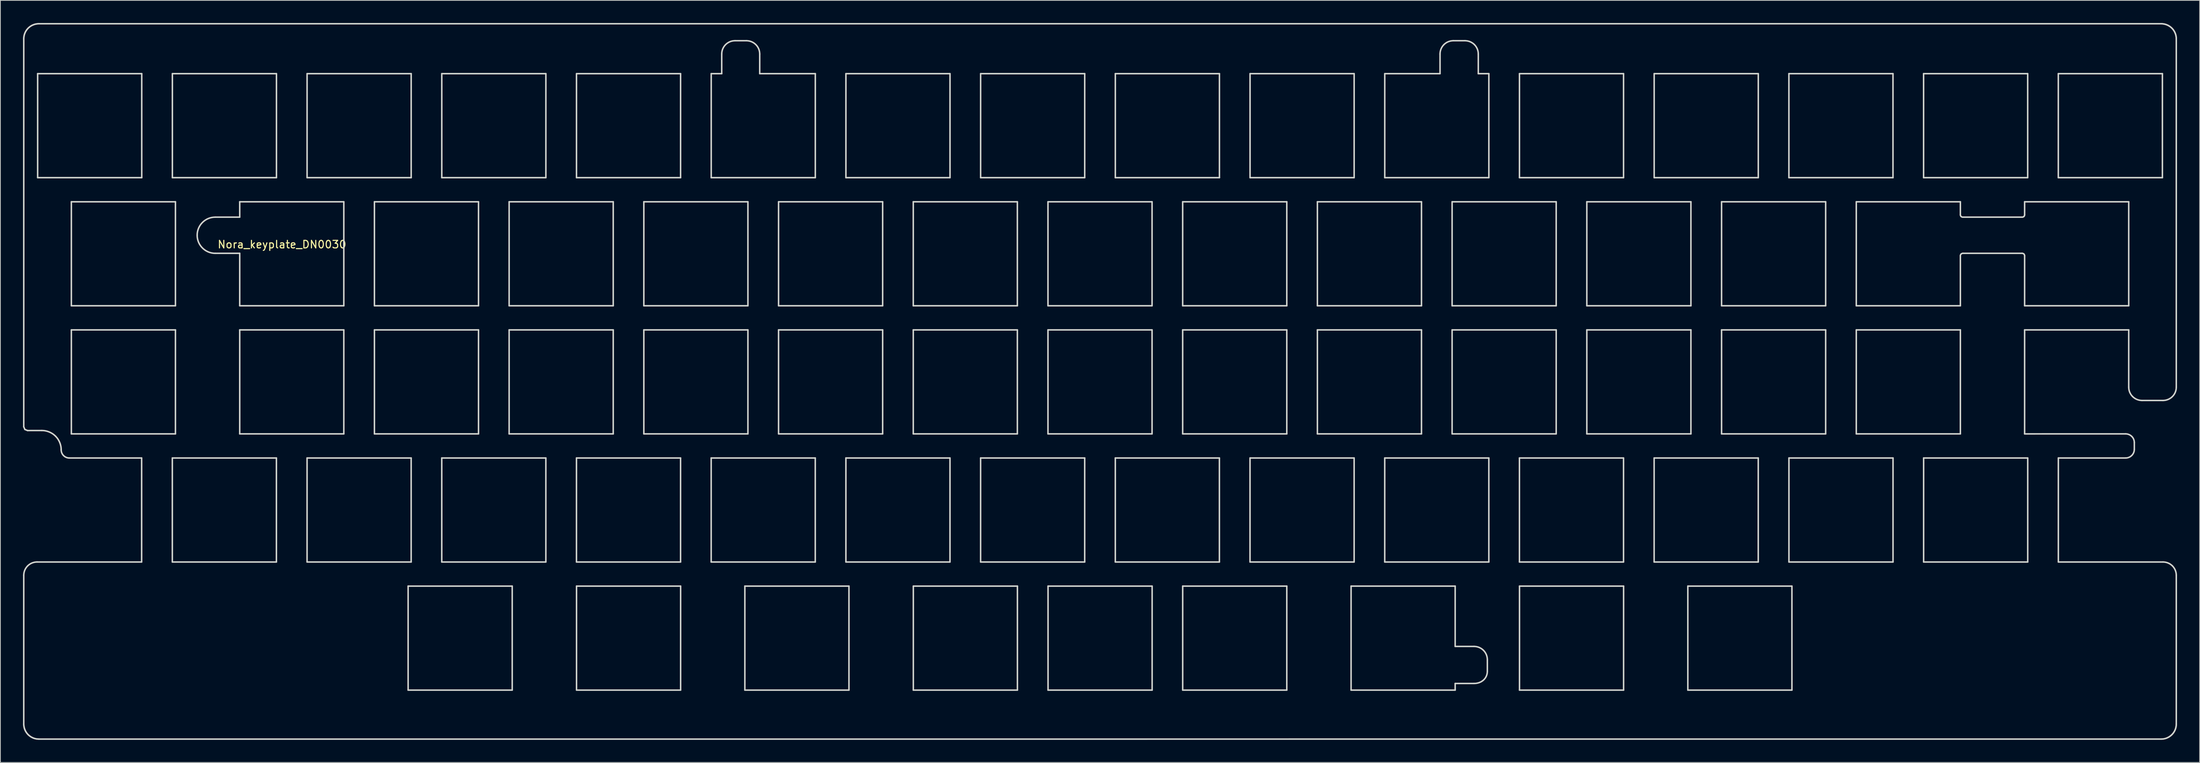
<source format=kicad_pcb>
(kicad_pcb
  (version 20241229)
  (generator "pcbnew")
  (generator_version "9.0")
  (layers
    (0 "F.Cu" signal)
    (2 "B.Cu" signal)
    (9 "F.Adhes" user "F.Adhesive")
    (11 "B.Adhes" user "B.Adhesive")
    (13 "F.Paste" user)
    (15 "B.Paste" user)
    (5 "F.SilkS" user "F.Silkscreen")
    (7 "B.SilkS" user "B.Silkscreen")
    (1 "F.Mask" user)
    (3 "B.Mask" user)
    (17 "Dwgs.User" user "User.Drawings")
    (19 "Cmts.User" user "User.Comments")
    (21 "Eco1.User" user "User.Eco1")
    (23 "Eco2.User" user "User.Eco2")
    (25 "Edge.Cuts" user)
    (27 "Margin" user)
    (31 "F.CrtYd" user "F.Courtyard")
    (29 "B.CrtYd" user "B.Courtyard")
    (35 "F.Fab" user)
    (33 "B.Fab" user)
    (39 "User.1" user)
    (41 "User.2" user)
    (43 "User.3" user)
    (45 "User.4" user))
  (footprint "Nora_keyplate_DN0030"
    (layer "F.Cu")
    (at 34.336 28.891)
    (property "Reference" "Nora_keyplate_DN0030" (at 0 0.5 0) (layer "F.SilkS") (effects (font (size 1 1) (thickness 0.15))))
    (attr through_hole)
    (fp_circle (center 49.77 61.25) (end 52.42 61.25) (stroke (width 0.12) (type solid)) (fill no) (layer "Eco1.User"))
    (fp_line (start -34.236 24.692) (end -34.235 -26.789) (stroke (width 0.2) (type solid)) (layer "Edge.Cuts"))
    (fp_line (start -34.236 64.137) (end -34.236 44.4) (stroke (width 0.2) (type solid)) (layer "Edge.Cuts"))
    (fp_line (start -34.235 -26.789) (end -34.229 -26.946) (stroke (width 0.2) (type solid)) (layer "Edge.Cuts"))
    (fp_line (start -34.229 -26.946) (end -34.211 -27.103) (stroke (width 0.2) (type solid)) (layer "Edge.Cuts"))
    (fp_line (start -34.229 64.292) (end -34.236 64.137) (stroke (width 0.2) (type solid)) (layer "Edge.Cuts"))
    (fp_line (start -34.211 -27.103) (end -34.18 -27.256) (stroke (width 0.2) (type solid)) (layer "Edge.Cuts"))
    (fp_line (start -34.211 64.448) (end -34.229 64.292) (stroke (width 0.2) (type solid)) (layer "Edge.Cuts"))
    (fp_line (start -34.18 -27.256) (end -34.138 -27.408) (stroke (width 0.2) (type solid)) (layer "Edge.Cuts"))
    (fp_line (start -34.18 64.602) (end -34.211 64.448) (stroke (width 0.2) (type solid)) (layer "Edge.Cuts"))
    (fp_line (start -34.138 -27.408) (end -34.083 -27.556) (stroke (width 0.2) (type solid)) (layer "Edge.Cuts"))
    (fp_line (start -34.138 64.754) (end -34.18 64.602) (stroke (width 0.2) (type solid)) (layer "Edge.Cuts"))
    (fp_line (start -34.09 25.046) (end -34.236 24.692) (stroke (width 0.2) (type solid)) (layer "Edge.Cuts"))
    (fp_line (start -34.083 -27.556) (end -34.018 -27.697) (stroke (width 0.2) (type solid)) (layer "Edge.Cuts"))
    (fp_line (start -34.083 64.902) (end -34.138 64.754) (stroke (width 0.2) (type solid)) (layer "Edge.Cuts"))
    (fp_line (start -34.018 -27.697) (end -33.941 -27.835) (stroke (width 0.2) (type solid)) (layer "Edge.Cuts"))
    (fp_line (start -34.018 65.043) (end -34.083 64.902) (stroke (width 0.2) (type solid)) (layer "Edge.Cuts"))
    (fp_line (start -33.941 -27.835) (end -33.854 -27.965) (stroke (width 0.2) (type solid)) (layer "Edge.Cuts"))
    (fp_line (start -33.941 65.18) (end -34.018 65.043) (stroke (width 0.2) (type solid)) (layer "Edge.Cuts"))
    (fp_line (start -33.854 -27.965) (end -33.756 -28.089) (stroke (width 0.2) (type solid)) (layer "Edge.Cuts"))
    (fp_line (start -33.854 65.311) (end -33.941 65.18) (stroke (width 0.2) (type solid)) (layer "Edge.Cuts"))
    (fp_line (start -33.756 -28.089) (end -33.65 -28.204) (stroke (width 0.2) (type solid)) (layer "Edge.Cuts"))
    (fp_line (start -33.756 65.435) (end -33.854 65.311) (stroke (width 0.2) (type solid)) (layer "Edge.Cuts"))
    (fp_line (start -33.736 25.192) (end -34.09 25.046) (stroke (width 0.2) (type solid)) (layer "Edge.Cuts"))
    (fp_line (start -33.736 25.192) (end -31.842 25.188) (stroke (width 0.2) (type solid)) (layer "Edge.Cuts"))
    (fp_line (start -33.65 -28.204) (end -33.534 -28.31) (stroke (width 0.2) (type solid)) (layer "Edge.Cuts"))
    (fp_line (start -33.65 65.551) (end -33.756 65.435) (stroke (width 0.2) (type solid)) (layer "Edge.Cuts"))
    (fp_line (start -33.534 -28.31) (end -33.411 -28.409) (stroke (width 0.2) (type solid)) (layer "Edge.Cuts"))
    (fp_line (start -33.534 65.656) (end -33.65 65.551) (stroke (width 0.2) (type solid)) (layer "Edge.Cuts"))
    (fp_line (start -33.411 -28.409) (end -33.28 -28.495) (stroke (width 0.2) (type solid)) (layer "Edge.Cuts"))
    (fp_line (start -33.411 65.754) (end -33.534 65.656) (stroke (width 0.2) (type solid)) (layer "Edge.Cuts"))
    (fp_line (start -33.28 -28.495) (end -33.143 -28.573) (stroke (width 0.2) (type solid)) (layer "Edge.Cuts"))
    (fp_line (start -33.28 65.841) (end -33.411 65.754) (stroke (width 0.2) (type solid)) (layer "Edge.Cuts"))
    (fp_line (start -33.143 -28.573) (end -33.001 -28.638) (stroke (width 0.2) (type solid)) (layer "Edge.Cuts"))
    (fp_line (start -33.143 65.918) (end -33.28 65.841) (stroke (width 0.2) (type solid)) (layer "Edge.Cuts"))
    (fp_line (start -33.001 -28.638) (end -32.854 -28.693) (stroke (width 0.2) (type solid)) (layer "Edge.Cuts"))
    (fp_line (start -33.001 65.983) (end -33.143 65.918) (stroke (width 0.2) (type solid)) (layer "Edge.Cuts"))
    (fp_line (start -32.854 -28.693) (end -32.702 -28.735) (stroke (width 0.2) (type solid)) (layer "Edge.Cuts"))
    (fp_line (start -32.854 66.039) (end -33.001 65.983) (stroke (width 0.2) (type solid)) (layer "Edge.Cuts"))
    (fp_line (start -32.702 -28.735) (end -32.548 -28.766) (stroke (width 0.2) (type solid)) (layer "Edge.Cuts"))
    (fp_line (start -32.702 66.081) (end -32.854 66.039) (stroke (width 0.2) (type solid)) (layer "Edge.Cuts"))
    (fp_line (start -32.548 -28.766) (end -32.392 -28.784) (stroke (width 0.2) (type solid)) (layer "Edge.Cuts"))
    (fp_line (start -32.548 66.111) (end -32.702 66.081) (stroke (width 0.2) (type solid)) (layer "Edge.Cuts"))
    (fp_line (start -32.472 42.636) (end -18.607 42.636) (stroke (width 0.2) (type solid)) (layer "Edge.Cuts"))
    (fp_line (start -32.394 -22.165) (end -32.394 -8.365) (stroke (width 0.2) (type solid)) (layer "Edge.Cuts"))
    (fp_line (start -32.394 -8.365) (end -18.594 -8.365) (stroke (width 0.2) (type solid)) (layer "Edge.Cuts"))
    (fp_line (start -32.392 -28.784) (end -32.235 -28.791) (stroke (width 0.2) (type solid)) (layer "Edge.Cuts"))
    (fp_line (start -32.392 66.129) (end -32.548 66.111) (stroke (width 0.2) (type solid)) (layer "Edge.Cuts"))
    (fp_line (start -32.235 -28.791) (end 249.139 -28.79) (stroke (width 0.2) (type solid)) (layer "Edge.Cuts"))
    (fp_line (start -32.235 66.137) (end -32.392 66.129) (stroke (width 0.2) (type solid)) (layer "Edge.Cuts"))
    (fp_line (start -27.926 -5.164) (end -27.926 8.635) (stroke (width 0.2) (type solid)) (layer "Edge.Cuts"))
    (fp_line (start -27.926 8.635) (end -14.126 8.635) (stroke (width 0.2) (type solid)) (layer "Edge.Cuts"))
    (fp_line (start -27.926 11.836) (end -27.926 25.635) (stroke (width 0.2) (type solid)) (layer "Edge.Cuts"))
    (fp_line (start -27.926 25.635) (end -14.126 25.635) (stroke (width 0.2) (type solid)) (layer "Edge.Cuts"))
    (fp_line (start -18.607 28.836) (end -28.19 28.836) (stroke (width 0.2) (type solid)) (layer "Edge.Cuts"))
    (fp_line (start -18.607 42.636) (end -18.607 28.836) (stroke (width 0.2) (type solid)) (layer "Edge.Cuts"))
    (fp_line (start -18.594 -22.165) (end -32.394 -22.165) (stroke (width 0.2) (type solid)) (layer "Edge.Cuts"))
    (fp_line (start -18.594 -8.365) (end -18.594 -22.165) (stroke (width 0.2) (type solid)) (layer "Edge.Cuts"))
    (fp_line (start -14.54 28.836) (end -14.54 42.636) (stroke (width 0.2) (type solid)) (layer "Edge.Cuts"))
    (fp_line (start -14.54 42.636) (end -0.74 42.636) (stroke (width 0.2) (type solid)) (layer "Edge.Cuts"))
    (fp_line (start -14.532 -22.165) (end -14.532 -8.365) (stroke (width 0.2) (type solid)) (layer "Edge.Cuts"))
    (fp_line (start -14.532 -8.365) (end -0.733 -8.365) (stroke (width 0.2) (type solid)) (layer "Edge.Cuts"))
    (fp_line (start -14.126 -5.164) (end -27.926 -5.164) (stroke (width 0.2) (type solid)) (layer "Edge.Cuts"))
    (fp_line (start -14.126 8.635) (end -14.126 -5.164) (stroke (width 0.2) (type solid)) (layer "Edge.Cuts"))
    (fp_line (start -14.126 11.836) (end -27.926 11.836) (stroke (width 0.2) (type solid)) (layer "Edge.Cuts"))
    (fp_line (start -14.126 25.635) (end -14.126 11.836) (stroke (width 0.2) (type solid)) (layer "Edge.Cuts"))
    (fp_line (start -8.847 -3.126) (end -5.604 -3.126) (stroke (width 0.2) (type solid)) (layer "Edge.Cuts"))
    (fp_line (start -5.604 -5.164) (end 8.196 -5.164) (stroke (width 0.2) (type solid)) (layer "Edge.Cuts"))
    (fp_line (start -5.604 -3.126) (end -5.604 -5.164) (stroke (width 0.2) (type solid)) (layer "Edge.Cuts"))
    (fp_line (start -5.604 1.674) (end -8.847 1.674) (stroke (width 0.2) (type solid)) (layer "Edge.Cuts"))
    (fp_line (start -5.604 8.635) (end -5.604 1.674) (stroke (width 0.2) (type solid)) (layer "Edge.Cuts"))
    (fp_line (start -5.604 11.836) (end -5.604 25.635) (stroke (width 0.2) (type solid)) (layer "Edge.Cuts"))
    (fp_line (start -5.604 25.635) (end 8.196 25.635) (stroke (width 0.2) (type solid)) (layer "Edge.Cuts"))
    (fp_line (start -0.74 28.836) (end -14.54 28.836) (stroke (width 0.2) (type solid)) (layer "Edge.Cuts"))
    (fp_line (start -0.74 42.636) (end -0.74 28.836) (stroke (width 0.2) (type solid)) (layer "Edge.Cuts"))
    (fp_line (start -0.733 -22.165) (end -14.532 -22.165) (stroke (width 0.2) (type solid)) (layer "Edge.Cuts"))
    (fp_line (start -0.733 -8.365) (end -0.733 -22.165) (stroke (width 0.2) (type solid)) (layer "Edge.Cuts"))
    (fp_line (start 3.324 28.836) (end 3.324 42.636) (stroke (width 0.2) (type solid)) (layer "Edge.Cuts"))
    (fp_line (start 3.324 42.636) (end 17.124 42.636) (stroke (width 0.2) (type solid)) (layer "Edge.Cuts"))
    (fp_line (start 3.326 -22.165) (end 3.326 -8.365) (stroke (width 0.2) (type solid)) (layer "Edge.Cuts"))
    (fp_line (start 3.326 -8.365) (end 17.126 -8.365) (stroke (width 0.2) (type solid)) (layer "Edge.Cuts"))
    (fp_line (start 8.196 -5.164) (end 8.196 8.635) (stroke (width 0.2) (type solid)) (layer "Edge.Cuts"))
    (fp_line (start 8.196 8.635) (end -5.604 8.635) (stroke (width 0.2) (type solid)) (layer "Edge.Cuts"))
    (fp_line (start 8.196 11.836) (end -5.604 11.836) (stroke (width 0.2) (type solid)) (layer "Edge.Cuts"))
    (fp_line (start 8.196 25.635) (end 8.196 11.836) (stroke (width 0.2) (type solid)) (layer "Edge.Cuts"))
    (fp_line (start 12.254 -5.164) (end 12.254 8.635) (stroke (width 0.2) (type solid)) (layer "Edge.Cuts"))
    (fp_line (start 12.254 8.635) (end 26.054 8.635) (stroke (width 0.2) (type solid)) (layer "Edge.Cuts"))
    (fp_line (start 12.254 11.836) (end 12.254 25.635) (stroke (width 0.2) (type solid)) (layer "Edge.Cuts"))
    (fp_line (start 12.254 25.635) (end 26.054 25.635) (stroke (width 0.2) (type solid)) (layer "Edge.Cuts"))
    (fp_line (start 16.722 45.836) (end 16.722 59.636) (stroke (width 0.2) (type solid)) (layer "Edge.Cuts"))
    (fp_line (start 16.722 59.636) (end 30.522 59.636) (stroke (width 0.2) (type solid)) (layer "Edge.Cuts"))
    (fp_line (start 17.124 28.836) (end 3.324 28.836) (stroke (width 0.2) (type solid)) (layer "Edge.Cuts"))
    (fp_line (start 17.124 42.636) (end 17.124 28.836) (stroke (width 0.2) (type solid)) (layer "Edge.Cuts"))
    (fp_line (start 17.126 -22.165) (end 3.326 -22.165) (stroke (width 0.2) (type solid)) (layer "Edge.Cuts"))
    (fp_line (start 17.126 -8.365) (end 17.126 -22.165) (stroke (width 0.2) (type solid)) (layer "Edge.Cuts"))
    (fp_line (start 21.182 28.836) (end 21.182 42.636) (stroke (width 0.2) (type solid)) (layer "Edge.Cuts"))
    (fp_line (start 21.182 42.636) (end 34.982 42.636) (stroke (width 0.2) (type solid)) (layer "Edge.Cuts"))
    (fp_line (start 21.185 -22.165) (end 21.185 -8.365) (stroke (width 0.2) (type solid)) (layer "Edge.Cuts"))
    (fp_line (start 21.185 -8.365) (end 34.985 -8.365) (stroke (width 0.2) (type solid)) (layer "Edge.Cuts"))
    (fp_line (start 26.054 -5.164) (end 12.254 -5.164) (stroke (width 0.2) (type solid)) (layer "Edge.Cuts"))
    (fp_line (start 26.054 8.635) (end 26.054 -5.164) (stroke (width 0.2) (type solid)) (layer "Edge.Cuts"))
    (fp_line (start 26.054 11.836) (end 12.254 11.836) (stroke (width 0.2) (type solid)) (layer "Edge.Cuts"))
    (fp_line (start 26.054 25.635) (end 26.054 11.836) (stroke (width 0.2) (type solid)) (layer "Edge.Cuts"))
    (fp_line (start 30.113 -5.164) (end 30.113 8.635) (stroke (width 0.2) (type solid)) (layer "Edge.Cuts"))
    (fp_line (start 30.113 8.635) (end 43.913 8.635) (stroke (width 0.2) (type solid)) (layer "Edge.Cuts"))
    (fp_line (start 30.113 11.836) (end 30.113 25.635) (stroke (width 0.2) (type solid)) (layer "Edge.Cuts"))
    (fp_line (start 30.113 25.635) (end 43.913 25.635) (stroke (width 0.2) (type solid)) (layer "Edge.Cuts"))
    (fp_line (start 30.522 45.836) (end 16.722 45.836) (stroke (width 0.2) (type solid)) (layer "Edge.Cuts"))
    (fp_line (start 30.522 59.636) (end 30.522 45.836) (stroke (width 0.2) (type solid)) (layer "Edge.Cuts"))
    (fp_line (start 34.982 28.836) (end 21.182 28.836) (stroke (width 0.2) (type solid)) (layer "Edge.Cuts"))
    (fp_line (start 34.982 42.636) (end 34.982 28.836) (stroke (width 0.2) (type solid)) (layer "Edge.Cuts"))
    (fp_line (start 34.985 -22.165) (end 21.185 -22.165) (stroke (width 0.2) (type solid)) (layer "Edge.Cuts"))
    (fp_line (start 34.985 -8.365) (end 34.985 -22.165) (stroke (width 0.2) (type solid)) (layer "Edge.Cuts"))
    (fp_line (start 39.041 28.836) (end 39.041 42.636) (stroke (width 0.2) (type solid)) (layer "Edge.Cuts"))
    (fp_line (start 39.041 42.636) (end 52.841 42.636) (stroke (width 0.2) (type solid)) (layer "Edge.Cuts"))
    (fp_line (start 39.044 -22.165) (end 39.044 -8.365) (stroke (width 0.2) (type solid)) (layer "Edge.Cuts"))
    (fp_line (start 39.044 -8.365) (end 52.843 -8.365) (stroke (width 0.2) (type solid)) (layer "Edge.Cuts"))
    (fp_line (start 39.049 45.836) (end 52.849 45.836) (stroke (width 0.2) (type solid)) (layer "Edge.Cuts"))
    (fp_line (start 39.049 59.636) (end 39.049 45.836) (stroke (width 0.2) (type solid)) (layer "Edge.Cuts"))
    (fp_line (start 43.913 -5.164) (end 30.113 -5.164) (stroke (width 0.2) (type solid)) (layer "Edge.Cuts"))
    (fp_line (start 43.913 8.635) (end 43.913 -5.164) (stroke (width 0.2) (type solid)) (layer "Edge.Cuts"))
    (fp_line (start 43.913 11.836) (end 30.113 11.836) (stroke (width 0.2) (type solid)) (layer "Edge.Cuts"))
    (fp_line (start 43.913 25.635) (end 43.913 11.836) (stroke (width 0.2) (type solid)) (layer "Edge.Cuts"))
    (fp_line (start 47.972 -5.164) (end 47.972 8.635) (stroke (width 0.2) (type solid)) (layer "Edge.Cuts"))
    (fp_line (start 47.972 8.635) (end 61.771 8.635) (stroke (width 0.2) (type solid)) (layer "Edge.Cuts"))
    (fp_line (start 47.972 11.836) (end 47.972 25.635) (stroke (width 0.2) (type solid)) (layer "Edge.Cuts"))
    (fp_line (start 47.972 25.635) (end 61.771 25.635) (stroke (width 0.2) (type solid)) (layer "Edge.Cuts"))
    (fp_line (start 52.841 28.836) (end 39.041 28.836) (stroke (width 0.2) (type solid)) (layer "Edge.Cuts"))
    (fp_line (start 52.841 42.636) (end 52.841 28.836) (stroke (width 0.2) (type solid)) (layer "Edge.Cuts"))
    (fp_line (start 52.843 -22.165) (end 39.044 -22.165) (stroke (width 0.2) (type solid)) (layer "Edge.Cuts"))
    (fp_line (start 52.843 -8.365) (end 52.843 -22.165) (stroke (width 0.2) (type solid)) (layer "Edge.Cuts"))
    (fp_line (start 52.849 45.836) (end 52.849 59.636) (stroke (width 0.2) (type solid)) (layer "Edge.Cuts"))
    (fp_line (start 52.849 59.636) (end 39.049 59.636) (stroke (width 0.2) (type solid)) (layer "Edge.Cuts"))
    (fp_line (start 56.9 28.836) (end 56.9 42.636) (stroke (width 0.2) (type solid)) (layer "Edge.Cuts"))
    (fp_line (start 56.9 42.636) (end 70.699 42.636) (stroke (width 0.2) (type solid)) (layer "Edge.Cuts"))
    (fp_line (start 56.905 -22.165) (end 58.298 -22.165) (stroke (width 0.2) (type solid)) (layer "Edge.Cuts"))
    (fp_line (start 56.905 -8.365) (end 56.905 -22.165) (stroke (width 0.2) (type solid)) (layer "Edge.Cuts"))
    (fp_line (start 58.298 -22.165) (end 58.298 -24.775) (stroke (width 0.2) (type solid)) (layer "Edge.Cuts"))
    (fp_line (start 60.062 -26.538) (end 61.571 -26.538) (stroke (width 0.2) (type solid)) (layer "Edge.Cuts"))
    (fp_line (start 61.365 45.836) (end 61.365 59.636) (stroke (width 0.2) (type solid)) (layer "Edge.Cuts"))
    (fp_line (start 61.365 59.636) (end 75.165 59.636) (stroke (width 0.2) (type solid)) (layer "Edge.Cuts"))
    (fp_line (start 61.771 -5.164) (end 47.972 -5.164) (stroke (width 0.2) (type solid)) (layer "Edge.Cuts"))
    (fp_line (start 61.771 8.635) (end 61.771 -5.164) (stroke (width 0.2) (type solid)) (layer "Edge.Cuts"))
    (fp_line (start 61.771 11.836) (end 47.972 11.836) (stroke (width 0.2) (type solid)) (layer "Edge.Cuts"))
    (fp_line (start 61.771 25.635) (end 61.771 11.836) (stroke (width 0.2) (type solid)) (layer "Edge.Cuts"))
    (fp_line (start 63.335 -24.775) (end 63.335 -22.165) (stroke (width 0.2) (type solid)) (layer "Edge.Cuts"))
    (fp_line (start 63.335 -22.165) (end 70.705 -22.165) (stroke (width 0.2) (type solid)) (layer "Edge.Cuts"))
    (fp_line (start 65.833 -5.164) (end 65.833 8.635) (stroke (width 0.2) (type solid)) (layer "Edge.Cuts"))
    (fp_line (start 65.833 8.635) (end 79.633 8.635) (stroke (width 0.2) (type solid)) (layer "Edge.Cuts"))
    (fp_line (start 65.833 11.836) (end 65.833 25.635) (stroke (width 0.2) (type solid)) (layer "Edge.Cuts"))
    (fp_line (start 65.833 25.635) (end 79.633 25.635) (stroke (width 0.2) (type solid)) (layer "Edge.Cuts"))
    (fp_line (start 70.699 28.836) (end 56.9 28.836) (stroke (width 0.2) (type solid)) (layer "Edge.Cuts"))
    (fp_line (start 70.699 42.636) (end 70.699 28.836) (stroke (width 0.2) (type solid)) (layer "Edge.Cuts"))
    (fp_line (start 70.705 -22.165) (end 70.705 -8.365) (stroke (width 0.2) (type solid)) (layer "Edge.Cuts"))
    (fp_line (start 70.705 -8.365) (end 56.905 -8.365) (stroke (width 0.2) (type solid)) (layer "Edge.Cuts"))
    (fp_line (start 74.761 28.836) (end 74.761 42.636) (stroke (width 0.2) (type solid)) (layer "Edge.Cuts"))
    (fp_line (start 74.761 42.636) (end 88.561 42.636) (stroke (width 0.2) (type solid)) (layer "Edge.Cuts"))
    (fp_line (start 74.763 -22.165) (end 74.763 -8.365) (stroke (width 0.2) (type solid)) (layer "Edge.Cuts"))
    (fp_line (start 74.763 -8.365) (end 88.563 -8.365) (stroke (width 0.2) (type solid)) (layer "Edge.Cuts"))
    (fp_line (start 75.165 45.836) (end 61.365 45.836) (stroke (width 0.2) (type solid)) (layer "Edge.Cuts"))
    (fp_line (start 75.165 59.636) (end 75.165 45.836) (stroke (width 0.2) (type solid)) (layer "Edge.Cuts"))
    (fp_line (start 79.633 -5.164) (end 65.833 -5.164) (stroke (width 0.2) (type solid)) (layer "Edge.Cuts"))
    (fp_line (start 79.633 8.635) (end 79.633 -5.164) (stroke (width 0.2) (type solid)) (layer "Edge.Cuts"))
    (fp_line (start 79.633 11.836) (end 65.833 11.836) (stroke (width 0.2) (type solid)) (layer "Edge.Cuts"))
    (fp_line (start 79.633 25.635) (end 79.633 11.836) (stroke (width 0.2) (type solid)) (layer "Edge.Cuts"))
    (fp_line (start 83.692 -5.164) (end 83.692 8.635) (stroke (width 0.2) (type solid)) (layer "Edge.Cuts"))
    (fp_line (start 83.692 8.635) (end 97.491 8.635) (stroke (width 0.2) (type solid)) (layer "Edge.Cuts"))
    (fp_line (start 83.692 11.836) (end 83.692 25.635) (stroke (width 0.2) (type solid)) (layer "Edge.Cuts"))
    (fp_line (start 83.692 25.635) (end 97.491 25.635) (stroke (width 0.2) (type solid)) (layer "Edge.Cuts"))
    (fp_line (start 83.699 45.838) (end 83.699 59.638) (stroke (width 0.2) (type solid)) (layer "Edge.Cuts"))
    (fp_line (start 83.699 59.638) (end 97.499 59.638) (stroke (width 0.2) (type solid)) (layer "Edge.Cuts"))
    (fp_line (start 88.561 28.836) (end 74.761 28.836) (stroke (width 0.2) (type solid)) (layer "Edge.Cuts"))
    (fp_line (start 88.561 42.636) (end 88.561 28.836) (stroke (width 0.2) (type solid)) (layer "Edge.Cuts"))
    (fp_line (start 88.563 -22.165) (end 74.763 -22.165) (stroke (width 0.2) (type solid)) (layer "Edge.Cuts"))
    (fp_line (start 88.563 -8.365) (end 88.563 -22.165) (stroke (width 0.2) (type solid)) (layer "Edge.Cuts"))
    (fp_line (start 92.62 28.836) (end 92.62 42.636) (stroke (width 0.2) (type solid)) (layer "Edge.Cuts"))
    (fp_line (start 92.62 42.636) (end 106.42 42.636) (stroke (width 0.2) (type solid)) (layer "Edge.Cuts"))
    (fp_line (start 92.622 -22.165) (end 92.622 -8.365) (stroke (width 0.2) (type solid)) (layer "Edge.Cuts"))
    (fp_line (start 92.622 -8.365) (end 106.422 -8.365) (stroke (width 0.2) (type solid)) (layer "Edge.Cuts"))
    (fp_line (start 97.491 -5.164) (end 83.692 -5.164) (stroke (width 0.2) (type solid)) (layer "Edge.Cuts"))
    (fp_line (start 97.491 8.635) (end 97.491 -5.164) (stroke (width 0.2) (type solid)) (layer "Edge.Cuts"))
    (fp_line (start 97.491 11.836) (end 83.692 11.836) (stroke (width 0.2) (type solid)) (layer "Edge.Cuts"))
    (fp_line (start 97.491 25.635) (end 97.491 11.836) (stroke (width 0.2) (type solid)) (layer "Edge.Cuts"))
    (fp_line (start 97.499 45.838) (end 83.699 45.838) (stroke (width 0.2) (type solid)) (layer "Edge.Cuts"))
    (fp_line (start 97.499 59.638) (end 97.499 45.838) (stroke (width 0.2) (type solid)) (layer "Edge.Cuts"))
    (fp_line (start 101.551 -5.164) (end 101.551 8.635) (stroke (width 0.2) (type solid)) (layer "Edge.Cuts"))
    (fp_line (start 101.551 8.635) (end 115.35 8.635) (stroke (width 0.2) (type solid)) (layer "Edge.Cuts"))
    (fp_line (start 101.551 11.836) (end 101.551 25.635) (stroke (width 0.2) (type solid)) (layer "Edge.Cuts"))
    (fp_line (start 101.551 25.635) (end 115.35 25.635) (stroke (width 0.2) (type solid)) (layer "Edge.Cuts"))
    (fp_line (start 101.56 45.838) (end 101.56 59.638) (stroke (width 0.2) (type solid)) (layer "Edge.Cuts"))
    (fp_line (start 101.56 59.638) (end 115.36 59.638) (stroke (width 0.2) (type solid)) (layer "Edge.Cuts"))
    (fp_line (start 106.42 28.836) (end 92.62 28.836) (stroke (width 0.2) (type solid)) (layer "Edge.Cuts"))
    (fp_line (start 106.42 42.636) (end 106.42 28.836) (stroke (width 0.2) (type solid)) (layer "Edge.Cuts"))
    (fp_line (start 106.422 -22.165) (end 92.622 -22.165) (stroke (width 0.2) (type solid)) (layer "Edge.Cuts"))
    (fp_line (start 106.422 -8.365) (end 106.422 -22.165) (stroke (width 0.2) (type solid)) (layer "Edge.Cuts"))
    (fp_line (start 110.479 28.836) (end 110.479 42.636) (stroke (width 0.2) (type solid)) (layer "Edge.Cuts"))
    (fp_line (start 110.479 42.636) (end 124.278 42.636) (stroke (width 0.2) (type solid)) (layer "Edge.Cuts"))
    (fp_line (start 110.481 -22.165) (end 110.481 -8.365) (stroke (width 0.2) (type solid)) (layer "Edge.Cuts"))
    (fp_line (start 110.481 -8.365) (end 124.283 -8.365) (stroke (width 0.2) (type solid)) (layer "Edge.Cuts"))
    (fp_line (start 115.35 -5.164) (end 101.551 -5.164) (stroke (width 0.2) (type solid)) (layer "Edge.Cuts"))
    (fp_line (start 115.35 8.635) (end 115.35 -5.164) (stroke (width 0.2) (type solid)) (layer "Edge.Cuts"))
    (fp_line (start 115.35 11.836) (end 101.551 11.836) (stroke (width 0.2) (type solid)) (layer "Edge.Cuts"))
    (fp_line (start 115.35 25.635) (end 115.35 11.836) (stroke (width 0.2) (type solid)) (layer "Edge.Cuts"))
    (fp_line (start 115.36 45.838) (end 101.56 45.838) (stroke (width 0.2) (type solid)) (layer "Edge.Cuts"))
    (fp_line (start 115.36 59.638) (end 115.36 45.838) (stroke (width 0.2) (type solid)) (layer "Edge.Cuts"))
    (fp_line (start 119.409 -5.164) (end 119.409 8.635) (stroke (width 0.2) (type solid)) (layer "Edge.Cuts"))
    (fp_line (start 119.409 8.635) (end 133.212 8.635) (stroke (width 0.2) (type solid)) (layer "Edge.Cuts"))
    (fp_line (start 119.409 11.836) (end 119.409 25.635) (stroke (width 0.2) (type solid)) (layer "Edge.Cuts"))
    (fp_line (start 119.409 25.635) (end 133.212 25.635) (stroke (width 0.2) (type solid)) (layer "Edge.Cuts"))
    (fp_line (start 119.412 45.836) (end 119.412 59.636) (stroke (width 0.2) (type solid)) (layer "Edge.Cuts"))
    (fp_line (start 119.412 59.636) (end 133.212 59.636) (stroke (width 0.2) (type solid)) (layer "Edge.Cuts"))
    (fp_line (start 124.278 28.836) (end 110.479 28.836) (stroke (width 0.2) (type solid)) (layer "Edge.Cuts"))
    (fp_line (start 124.278 42.636) (end 124.278 28.836) (stroke (width 0.2) (type solid)) (layer "Edge.Cuts"))
    (fp_line (start 124.283 -22.165) (end 110.481 -22.165) (stroke (width 0.2) (type solid)) (layer "Edge.Cuts"))
    (fp_line (start 124.283 -8.365) (end 124.283 -22.165) (stroke (width 0.2) (type solid)) (layer "Edge.Cuts"))
    (fp_line (start 128.337 28.836) (end 128.337 42.636) (stroke (width 0.2) (type solid)) (layer "Edge.Cuts"))
    (fp_line (start 128.337 42.636) (end 142.14 42.636) (stroke (width 0.2) (type solid)) (layer "Edge.Cuts"))
    (fp_line (start 128.342 -22.165) (end 128.342 -8.365) (stroke (width 0.2) (type solid)) (layer "Edge.Cuts"))
    (fp_line (start 128.342 -8.365) (end 142.142 -8.365) (stroke (width 0.2) (type solid)) (layer "Edge.Cuts"))
    (fp_line (start 133.212 -5.164) (end 119.409 -5.164) (stroke (width 0.2) (type solid)) (layer "Edge.Cuts"))
    (fp_line (start 133.212 8.635) (end 133.212 -5.164) (stroke (width 0.2) (type solid)) (layer "Edge.Cuts"))
    (fp_line (start 133.212 11.836) (end 119.409 11.836) (stroke (width 0.2) (type solid)) (layer "Edge.Cuts"))
    (fp_line (start 133.212 25.635) (end 133.212 11.836) (stroke (width 0.2) (type solid)) (layer "Edge.Cuts"))
    (fp_line (start 133.212 45.836) (end 119.412 45.836) (stroke (width 0.2) (type solid)) (layer "Edge.Cuts"))
    (fp_line (start 133.212 59.636) (end 133.212 45.836) (stroke (width 0.2) (type solid)) (layer "Edge.Cuts"))
    (fp_line (start 137.27 -5.164) (end 137.27 8.635) (stroke (width 0.2) (type solid)) (layer "Edge.Cuts"))
    (fp_line (start 137.27 8.635) (end 151.07 8.635) (stroke (width 0.2) (type solid)) (layer "Edge.Cuts"))
    (fp_line (start 137.27 11.836) (end 137.27 25.635) (stroke (width 0.2) (type solid)) (layer "Edge.Cuts"))
    (fp_line (start 137.27 25.635) (end 151.07 25.635) (stroke (width 0.2) (type solid)) (layer "Edge.Cuts"))
    (fp_line (start 141.736 45.836) (end 155.535 45.836) (stroke (width 0.2) (type solid)) (layer "Edge.Cuts"))
    (fp_line (start 141.736 59.636) (end 141.736 45.836) (stroke (width 0.2) (type solid)) (layer "Edge.Cuts"))
    (fp_line (start 142.14 28.836) (end 128.337 28.836) (stroke (width 0.2) (type solid)) (layer "Edge.Cuts"))
    (fp_line (start 142.14 42.636) (end 142.14 28.836) (stroke (width 0.2) (type solid)) (layer "Edge.Cuts"))
    (fp_line (start 142.142 -22.165) (end 128.342 -22.165) (stroke (width 0.2) (type solid)) (layer "Edge.Cuts"))
    (fp_line (start 142.142 -8.365) (end 142.142 -22.165) (stroke (width 0.2) (type solid)) (layer "Edge.Cuts"))
    (fp_line (start 146.198 28.836) (end 146.198 42.636) (stroke (width 0.2) (type solid)) (layer "Edge.Cuts"))
    (fp_line (start 146.198 42.636) (end 159.998 42.636) (stroke (width 0.2) (type solid)) (layer "Edge.Cuts"))
    (fp_line (start 146.201 -22.165) (end 153.529 -22.165) (stroke (width 0.2) (type solid)) (layer "Edge.Cuts"))
    (fp_line (start 146.201 -8.365) (end 146.201 -22.165) (stroke (width 0.2) (type solid)) (layer "Edge.Cuts"))
    (fp_line (start 151.07 -5.164) (end 137.27 -5.164) (stroke (width 0.2) (type solid)) (layer "Edge.Cuts"))
    (fp_line (start 151.07 8.635) (end 151.07 -5.164) (stroke (width 0.2) (type solid)) (layer "Edge.Cuts"))
    (fp_line (start 151.07 11.836) (end 137.27 11.836) (stroke (width 0.2) (type solid)) (layer "Edge.Cuts"))
    (fp_line (start 151.07 25.635) (end 151.07 11.836) (stroke (width 0.2) (type solid)) (layer "Edge.Cuts"))
    (fp_line (start 153.529 -22.165) (end 153.529 -24.775) (stroke (width 0.2) (type solid)) (layer "Edge.Cuts"))
    (fp_line (start 155.129 -5.164) (end 155.129 8.635) (stroke (width 0.2) (type solid)) (layer "Edge.Cuts"))
    (fp_line (start 155.129 8.635) (end 168.929 8.635) (stroke (width 0.2) (type solid)) (layer "Edge.Cuts"))
    (fp_line (start 155.129 11.836) (end 155.129 25.635) (stroke (width 0.2) (type solid)) (layer "Edge.Cuts"))
    (fp_line (start 155.129 25.635) (end 168.929 25.635) (stroke (width 0.2) (type solid)) (layer "Edge.Cuts"))
    (fp_line (start 155.293 -26.538) (end 156.836 -26.538) (stroke (width 0.2) (type solid)) (layer "Edge.Cuts"))
    (fp_line (start 155.535 45.836) (end 155.535 53.84) (stroke (width 0.2) (type solid)) (layer "Edge.Cuts"))
    (fp_line (start 155.535 53.84) (end 158.037 53.84) (stroke (width 0.2) (type solid)) (layer "Edge.Cuts"))
    (fp_line (start 155.535 58.757) (end 155.535 59.636) (stroke (width 0.2) (type solid)) (layer "Edge.Cuts"))
    (fp_line (start 155.535 58.757) (end 158.038 58.756) (stroke (width 0.2) (type solid)) (layer "Edge.Cuts"))
    (fp_line (start 155.535 59.636) (end 141.736 59.636) (stroke (width 0.2) (type solid)) (layer "Edge.Cuts"))
    (fp_line (start 158.6 -24.775) (end 158.6 -22.165) (stroke (width 0.2) (type solid)) (layer "Edge.Cuts"))
    (fp_line (start 158.6 -22.165) (end 160.001 -22.165) (stroke (width 0.2) (type solid)) (layer "Edge.Cuts"))
    (fp_line (start 159.801 55.603) (end 159.801 57.129) (stroke (width 0.2) (type solid)) (layer "Edge.Cuts"))
    (fp_line (start 159.998 28.836) (end 146.198 28.836) (stroke (width 0.2) (type solid)) (layer "Edge.Cuts"))
    (fp_line (start 159.998 42.636) (end 159.998 28.836) (stroke (width 0.2) (type solid)) (layer "Edge.Cuts"))
    (fp_line (start 160.001 -22.165) (end 160.001 -8.365) (stroke (width 0.2) (type solid)) (layer "Edge.Cuts"))
    (fp_line (start 160.001 -8.365) (end 146.201 -8.365) (stroke (width 0.2) (type solid)) (layer "Edge.Cuts"))
    (fp_line (start 164.057 28.836) (end 164.057 42.636) (stroke (width 0.2) (type solid)) (layer "Edge.Cuts"))
    (fp_line (start 164.057 42.636) (end 177.857 42.636) (stroke (width 0.2) (type solid)) (layer "Edge.Cuts"))
    (fp_line (start 164.06 -22.165) (end 164.06 -8.365) (stroke (width 0.2) (type solid)) (layer "Edge.Cuts"))
    (fp_line (start 164.06 -8.365) (end 177.859 -8.365) (stroke (width 0.2) (type solid)) (layer "Edge.Cuts"))
    (fp_line (start 164.065 45.838) (end 164.065 59.638) (stroke (width 0.2) (type solid)) (layer "Edge.Cuts"))
    (fp_line (start 164.065 59.638) (end 177.865 59.638) (stroke (width 0.2) (type solid)) (layer "Edge.Cuts"))
    (fp_line (start 168.929 -5.164) (end 155.129 -5.164) (stroke (width 0.2) (type solid)) (layer "Edge.Cuts"))
    (fp_line (start 168.929 8.635) (end 168.929 -5.164) (stroke (width 0.2) (type solid)) (layer "Edge.Cuts"))
    (fp_line (start 168.929 11.836) (end 155.129 11.836) (stroke (width 0.2) (type solid)) (layer "Edge.Cuts"))
    (fp_line (start 168.929 25.635) (end 168.929 11.836) (stroke (width 0.2) (type solid)) (layer "Edge.Cuts"))
    (fp_line (start 172.99 -5.164) (end 172.99 8.635) (stroke (width 0.2) (type solid)) (layer "Edge.Cuts"))
    (fp_line (start 172.99 8.635) (end 186.79 8.635) (stroke (width 0.2) (type solid)) (layer "Edge.Cuts"))
    (fp_line (start 172.99 11.836) (end 172.99 25.635) (stroke (width 0.2) (type solid)) (layer "Edge.Cuts"))
    (fp_line (start 172.99 25.635) (end 186.79 25.635) (stroke (width 0.2) (type solid)) (layer "Edge.Cuts"))
    (fp_line (start 177.857 28.836) (end 164.057 28.836) (stroke (width 0.2) (type solid)) (layer "Edge.Cuts"))
    (fp_line (start 177.857 42.636) (end 177.857 28.836) (stroke (width 0.2) (type solid)) (layer "Edge.Cuts"))
    (fp_line (start 177.859 -22.165) (end 164.06 -22.165) (stroke (width 0.2) (type solid)) (layer "Edge.Cuts"))
    (fp_line (start 177.859 -8.365) (end 177.859 -22.165) (stroke (width 0.2) (type solid)) (layer "Edge.Cuts"))
    (fp_line (start 177.865 45.838) (end 164.065 45.838) (stroke (width 0.2) (type solid)) (layer "Edge.Cuts"))
    (fp_line (start 177.865 59.638) (end 177.865 45.838) (stroke (width 0.2) (type solid)) (layer "Edge.Cuts"))
    (fp_line (start 181.913 28.836) (end 181.913 42.636) (stroke (width 0.2) (type solid)) (layer "Edge.Cuts"))
    (fp_line (start 181.913 42.636) (end 195.716 42.636) (stroke (width 0.2) (type solid)) (layer "Edge.Cuts"))
    (fp_line (start 181.918 -22.165) (end 181.918 -8.365) (stroke (width 0.2) (type solid)) (layer "Edge.Cuts"))
    (fp_line (start 181.918 -8.365) (end 195.721 -8.365) (stroke (width 0.2) (type solid)) (layer "Edge.Cuts"))
    (fp_line (start 186.381 45.836) (end 186.381 59.636) (stroke (width 0.2) (type solid)) (layer "Edge.Cuts"))
    (fp_line (start 186.381 59.636) (end 200.181 59.636) (stroke (width 0.2) (type solid)) (layer "Edge.Cuts"))
    (fp_line (start 186.79 -5.164) (end 172.99 -5.164) (stroke (width 0.2) (type solid)) (layer "Edge.Cuts"))
    (fp_line (start 186.79 8.635) (end 186.79 -5.164) (stroke (width 0.2) (type solid)) (layer "Edge.Cuts"))
    (fp_line (start 186.79 11.836) (end 172.99 11.836) (stroke (width 0.2) (type solid)) (layer "Edge.Cuts"))
    (fp_line (start 186.79 25.635) (end 186.79 11.836) (stroke (width 0.2) (type solid)) (layer "Edge.Cuts"))
    (fp_line (start 190.855 -5.164) (end 190.855 8.635) (stroke (width 0.2) (type solid)) (layer "Edge.Cuts"))
    (fp_line (start 190.855 8.635) (end 204.655 8.635) (stroke (width 0.2) (type solid)) (layer "Edge.Cuts"))
    (fp_line (start 190.855 11.836) (end 190.855 25.635) (stroke (width 0.2) (type solid)) (layer "Edge.Cuts"))
    (fp_line (start 190.855 25.635) (end 204.655 25.635) (stroke (width 0.2) (type solid)) (layer "Edge.Cuts"))
    (fp_line (start 195.716 28.836) (end 181.913 28.836) (stroke (width 0.2) (type solid)) (layer "Edge.Cuts"))
    (fp_line (start 195.716 42.636) (end 195.716 28.836) (stroke (width 0.2) (type solid)) (layer "Edge.Cuts"))
    (fp_line (start 195.721 -22.165) (end 181.918 -22.165) (stroke (width 0.2) (type solid)) (layer "Edge.Cuts"))
    (fp_line (start 195.721 -8.365) (end 195.721 -22.165) (stroke (width 0.2) (type solid)) (layer "Edge.Cuts"))
    (fp_line (start 199.78 -22.165) (end 199.78 -8.365) (stroke (width 0.2) (type solid)) (layer "Edge.Cuts"))
    (fp_line (start 199.78 -8.365) (end 213.579 -8.365) (stroke (width 0.2) (type solid)) (layer "Edge.Cuts"))
    (fp_line (start 199.785 28.836) (end 199.785 42.636) (stroke (width 0.2) (type solid)) (layer "Edge.Cuts"))
    (fp_line (start 199.785 42.636) (end 213.584 42.636) (stroke (width 0.2) (type solid)) (layer "Edge.Cuts"))
    (fp_line (start 200.181 45.836) (end 186.381 45.836) (stroke (width 0.2) (type solid)) (layer "Edge.Cuts"))
    (fp_line (start 200.181 59.636) (end 200.181 45.836) (stroke (width 0.2) (type solid)) (layer "Edge.Cuts"))
    (fp_line (start 204.655 -5.164) (end 190.855 -5.164) (stroke (width 0.2) (type solid)) (layer "Edge.Cuts"))
    (fp_line (start 204.655 8.635) (end 204.655 -5.164) (stroke (width 0.2) (type solid)) (layer "Edge.Cuts"))
    (fp_line (start 204.655 11.836) (end 190.855 11.836) (stroke (width 0.2) (type solid)) (layer "Edge.Cuts"))
    (fp_line (start 204.655 25.635) (end 204.655 11.836) (stroke (width 0.2) (type solid)) (layer "Edge.Cuts"))
    (fp_line (start 208.714 -5.164) (end 222.514 -5.164) (stroke (width 0.2) (type solid)) (layer "Edge.Cuts"))
    (fp_line (start 208.714 8.635) (end 208.714 -5.164) (stroke (width 0.2) (type solid)) (layer "Edge.Cuts"))
    (fp_line (start 208.714 11.836) (end 208.714 25.635) (stroke (width 0.2) (type solid)) (layer "Edge.Cuts"))
    (fp_line (start 208.714 25.635) (end 222.514 25.635) (stroke (width 0.2) (type solid)) (layer "Edge.Cuts"))
    (fp_line (start 213.579 -22.165) (end 199.78 -22.165) (stroke (width 0.2) (type solid)) (layer "Edge.Cuts"))
    (fp_line (start 213.579 -8.365) (end 213.579 -22.165) (stroke (width 0.2) (type solid)) (layer "Edge.Cuts"))
    (fp_line (start 213.584 28.836) (end 199.785 28.836) (stroke (width 0.2) (type solid)) (layer "Edge.Cuts"))
    (fp_line (start 213.584 42.636) (end 213.584 28.836) (stroke (width 0.2) (type solid)) (layer "Edge.Cuts"))
    (fp_line (start 217.638 -22.165) (end 217.638 -8.365) (stroke (width 0.2) (type solid)) (layer "Edge.Cuts"))
    (fp_line (start 217.638 -8.365) (end 231.438 -8.365) (stroke (width 0.2) (type solid)) (layer "Edge.Cuts"))
    (fp_line (start 217.643 28.836) (end 217.643 42.636) (stroke (width 0.2) (type solid)) (layer "Edge.Cuts"))
    (fp_line (start 217.643 42.636) (end 231.443 42.636) (stroke (width 0.2) (type solid)) (layer "Edge.Cuts"))
    (fp_line (start 222.514 -5.164) (end 222.514 -3.444) (stroke (width 0.2) (type solid)) (layer "Edge.Cuts"))
    (fp_line (start 222.514 2.006) (end 222.514 8.635) (stroke (width 0.2) (type solid)) (layer "Edge.Cuts"))
    (fp_line (start 222.514 8.635) (end 208.714 8.635) (stroke (width 0.2) (type solid)) (layer "Edge.Cuts"))
    (fp_line (start 222.514 11.836) (end 208.714 11.836) (stroke (width 0.2) (type solid)) (layer "Edge.Cuts"))
    (fp_line (start 222.514 25.635) (end 222.514 11.836) (stroke (width 0.2) (type solid)) (layer "Edge.Cuts"))
    (fp_line (start 231.032 -5.164) (end 244.832 -5.164) (stroke (width 0.2) (type solid)) (layer "Edge.Cuts"))
    (fp_line (start 231.032 -3.444) (end 231.032 -5.164) (stroke (width 0.2) (type solid)) (layer "Edge.Cuts"))
    (fp_line (start 231.032 8.635) (end 231.032 2.006) (stroke (width 0.2) (type solid)) (layer "Edge.Cuts"))
    (fp_line (start 231.032 11.836) (end 231.032 25.636) (stroke (width 0.2) (type solid)) (layer "Edge.Cuts"))
    (fp_line (start 231.032 25.636) (end 244.42 25.634) (stroke (width 0.2) (type solid)) (layer "Edge.Cuts"))
    (fp_line (start 231.438 -22.165) (end 217.638 -22.165) (stroke (width 0.2) (type solid)) (layer "Edge.Cuts"))
    (fp_line (start 231.438 -8.365) (end 231.438 -22.165) (stroke (width 0.2) (type solid)) (layer "Edge.Cuts"))
    (fp_line (start 231.443 28.836) (end 217.643 28.836) (stroke (width 0.2) (type solid)) (layer "Edge.Cuts"))
    (fp_line (start 231.443 42.636) (end 231.443 28.836) (stroke (width 0.2) (type solid)) (layer "Edge.Cuts"))
    (fp_line (start 235.497 -22.165) (end 235.497 -8.365) (stroke (width 0.2) (type solid)) (layer "Edge.Cuts"))
    (fp_line (start 235.497 -8.365) (end 249.297 -8.365) (stroke (width 0.2) (type solid)) (layer "Edge.Cuts"))
    (fp_line (start 235.502 28.836) (end 235.502 42.636) (stroke (width 0.2) (type solid)) (layer "Edge.Cuts"))
    (fp_line (start 235.502 28.836) (end 244.42 28.836) (stroke (width 0.2) (type solid)) (layer "Edge.Cuts"))
    (fp_line (start 235.502 42.636) (end 249.375 42.636) (stroke (width 0.2) (type solid)) (layer "Edge.Cuts"))
    (fp_line (start 244.832 -5.164) (end 244.832 8.635) (stroke (width 0.2) (type solid)) (layer "Edge.Cuts"))
    (fp_line (start 244.832 8.635) (end 231.032 8.635) (stroke (width 0.2) (type solid)) (layer "Edge.Cuts"))
    (fp_line (start 244.832 11.836) (end 231.032 11.836) (stroke (width 0.2) (type solid)) (layer "Edge.Cuts"))
    (fp_line (start 244.832 11.836) (end 244.832 19.436) (stroke (width 0.2) (type solid)) (layer "Edge.Cuts"))
    (fp_line (start 249.139 -28.79) (end 249.295 -28.784) (stroke (width 0.2) (type solid)) (layer "Edge.Cuts"))
    (fp_line (start 249.139 66.135) (end -32.235 66.137) (stroke (width 0.2) (type solid)) (layer "Edge.Cuts"))
    (fp_line (start 249.295 -28.784) (end 249.451 -28.766) (stroke (width 0.2) (type solid)) (layer "Edge.Cuts"))
    (fp_line (start 249.295 66.129) (end 249.139 66.135) (stroke (width 0.2) (type solid)) (layer "Edge.Cuts"))
    (fp_line (start 249.297 -22.165) (end 235.497 -22.165) (stroke (width 0.2) (type solid)) (layer "Edge.Cuts"))
    (fp_line (start 249.297 -8.365) (end 249.297 -22.165) (stroke (width 0.2) (type solid)) (layer "Edge.Cuts"))
    (fp_line (start 249.451 -28.766) (end 249.605 -28.735) (stroke (width 0.2) (type solid)) (layer "Edge.Cuts"))
    (fp_line (start 249.451 66.111) (end 249.295 66.129) (stroke (width 0.2) (type solid)) (layer "Edge.Cuts"))
    (fp_line (start 249.605 -28.735) (end 249.758 -28.693) (stroke (width 0.2) (type solid)) (layer "Edge.Cuts"))
    (fp_line (start 249.605 66.081) (end 249.451 66.111) (stroke (width 0.2) (type solid)) (layer "Edge.Cuts"))
    (fp_line (start 249.758 -28.693) (end 249.904 -28.638) (stroke (width 0.2) (type solid)) (layer "Edge.Cuts"))
    (fp_line (start 249.758 66.039) (end 249.605 66.081) (stroke (width 0.2) (type solid)) (layer "Edge.Cuts"))
    (fp_line (start 249.904 -28.638) (end 250.046 -28.573) (stroke (width 0.2) (type solid)) (layer "Edge.Cuts"))
    (fp_line (start 249.904 65.983) (end 249.758 66.039) (stroke (width 0.2) (type solid)) (layer "Edge.Cuts"))
    (fp_line (start 250.046 -28.573) (end 250.183 -28.495) (stroke (width 0.2) (type solid)) (layer "Edge.Cuts"))
    (fp_line (start 250.046 65.918) (end 249.904 65.983) (stroke (width 0.2) (type solid)) (layer "Edge.Cuts"))
    (fp_line (start 250.183 -28.495) (end 250.314 -28.409) (stroke (width 0.2) (type solid)) (layer "Edge.Cuts"))
    (fp_line (start 250.183 65.841) (end 250.046 65.918) (stroke (width 0.2) (type solid)) (layer "Edge.Cuts"))
    (fp_line (start 250.314 -28.409) (end 250.437 -28.31) (stroke (width 0.2) (type solid)) (layer "Edge.Cuts"))
    (fp_line (start 250.314 65.754) (end 250.183 65.841) (stroke (width 0.2) (type solid)) (layer "Edge.Cuts"))
    (fp_line (start 250.437 -28.31) (end 250.553 -28.204) (stroke (width 0.2) (type solid)) (layer "Edge.Cuts"))
    (fp_line (start 250.437 65.656) (end 250.314 65.754) (stroke (width 0.2) (type solid)) (layer "Edge.Cuts"))
    (fp_line (start 250.553 -28.204) (end 250.659 -28.089) (stroke (width 0.2) (type solid)) (layer "Edge.Cuts"))
    (fp_line (start 250.553 65.551) (end 250.437 65.656) (stroke (width 0.2) (type solid)) (layer "Edge.Cuts"))
    (fp_line (start 250.659 -28.089) (end 250.758 -27.965) (stroke (width 0.2) (type solid)) (layer "Edge.Cuts"))
    (fp_line (start 250.659 65.435) (end 250.553 65.551) (stroke (width 0.2) (type solid)) (layer "Edge.Cuts"))
    (fp_line (start 250.758 -27.965) (end 250.844 -27.835) (stroke (width 0.2) (type solid)) (layer "Edge.Cuts"))
    (fp_line (start 250.758 65.311) (end 250.659 65.435) (stroke (width 0.2) (type solid)) (layer "Edge.Cuts"))
    (fp_line (start 250.844 -27.835) (end 250.921 -27.697) (stroke (width 0.2) (type solid)) (layer "Edge.Cuts"))
    (fp_line (start 250.844 65.18) (end 250.758 65.311) (stroke (width 0.2) (type solid)) (layer "Edge.Cuts"))
    (fp_line (start 250.921 -27.697) (end 250.986 -27.556) (stroke (width 0.2) (type solid)) (layer "Edge.Cuts"))
    (fp_line (start 250.921 65.043) (end 250.844 65.18) (stroke (width 0.2) (type solid)) (layer "Edge.Cuts"))
    (fp_line (start 250.986 -27.556) (end 251.041 -27.408) (stroke (width 0.2) (type solid)) (layer "Edge.Cuts"))
    (fp_line (start 250.986 64.902) (end 250.921 65.043) (stroke (width 0.2) (type solid)) (layer "Edge.Cuts"))
    (fp_line (start 251.041 -27.408) (end 251.083 -27.256) (stroke (width 0.2) (type solid)) (layer "Edge.Cuts"))
    (fp_line (start 251.041 64.754) (end 250.986 64.902) (stroke (width 0.2) (type solid)) (layer "Edge.Cuts"))
    (fp_line (start 251.083 -27.256) (end 251.114 -27.103) (stroke (width 0.2) (type solid)) (layer "Edge.Cuts"))
    (fp_line (start 251.083 64.602) (end 251.041 64.754) (stroke (width 0.2) (type solid)) (layer "Edge.Cuts"))
    (fp_line (start 251.114 -27.103) (end 251.133 -26.946) (stroke (width 0.2) (type solid)) (layer "Edge.Cuts"))
    (fp_line (start 251.114 64.448) (end 251.083 64.602) (stroke (width 0.2) (type solid)) (layer "Edge.Cuts"))
    (fp_line (start 251.133 -26.946) (end 251.139 -26.789) (stroke (width 0.2) (type solid)) (layer "Edge.Cuts"))
    (fp_line (start 251.133 64.292) (end 251.114 64.448) (stroke (width 0.2) (type solid)) (layer "Edge.Cuts"))
    (fp_line (start 251.139 -26.789) (end 251.139 19.436) (stroke (width 0.2) (type solid)) (layer "Edge.Cuts"))
    (fp_line (start 251.139 44.4) (end 251.139 64.137) (stroke (width 0.2) (type solid)) (layer "Edge.Cuts"))
    (fp_line (start 251.139 64.137) (end 251.133 64.292) (stroke (width 0.2) (type solid)) (layer "Edge.Cuts"))
    (fp_curve (pts (xy -34.236 44.4) (xy -34.236 43.932) (xy -34.05 43.483) (xy -33.719 43.152)) (stroke (width 0.2) (type solid)) (layer "Edge.Cuts"))
    (fp_curve (pts (xy -33.719 43.152) (xy -33.389 42.821) (xy -32.94 42.636) (xy -32.472 42.636)) (stroke (width 0.2) (type solid)) (layer "Edge.Cuts"))
    (fp_curve (pts (xy -30.027 25.937) (xy -30.509 25.456) (xy -31.162 25.187) (xy -31.842 25.188)) (stroke (width 0.2) (type solid)) (layer "Edge.Cuts"))
    (fp_curve (pts (xy -29.275 27.75) (xy -29.275 27.069) (xy -29.546 26.417) (xy -30.027 25.937)) (stroke (width 0.2) (type solid)) (layer "Edge.Cuts"))
    (fp_curve (pts (xy -29.275 27.751) (xy -29.275 27.75) (xy -29.275 27.75) (xy -29.275 27.75)) (stroke (width 0.2) (type solid)) (layer "Edge.Cuts"))
    (fp_curve (pts (xy -28.19 28.836) (xy -28.789 28.836) (xy -29.275 28.35) (xy -29.275 27.751)) (stroke (width 0.2) (type solid)) (layer "Edge.Cuts"))
    (fp_curve (pts (xy -11.248 -0.726) (xy -11.248 -2.05) (xy -10.172 -3.126) (xy -8.847 -3.126)) (stroke (width 0.2) (type solid)) (layer "Edge.Cuts"))
    (fp_curve (pts (xy -8.847 1.674) (xy -10.172 1.674) (xy -11.248 0.599) (xy -11.248 -0.726)) (stroke (width 0.2) (type solid)) (layer "Edge.Cuts"))
    (fp_curve (pts (xy 58.298 -24.775) (xy 58.298 -25.749) (xy 59.088 -26.538) (xy 60.062 -26.538)) (stroke (width 0.2) (type solid)) (layer "Edge.Cuts"))
    (fp_curve (pts (xy 61.571 -26.538) (xy 62.545 -26.538) (xy 63.335 -25.749) (xy 63.335 -24.775)) (stroke (width 0.2) (type solid)) (layer "Edge.Cuts"))
    (fp_curve (pts (xy 153.529 -24.775) (xy 153.529 -25.242) (xy 153.715 -25.691) (xy 154.046 -26.022)) (stroke (width 0.2) (type solid)) (layer "Edge.Cuts"))
    (fp_curve (pts (xy 154.046 -26.022) (xy 154.376 -26.353) (xy 154.825 -26.538) (xy 155.293 -26.538)) (stroke (width 0.2) (type solid)) (layer "Edge.Cuts"))
    (fp_curve (pts (xy 156.836 -26.538) (xy 157.304 -26.538) (xy 157.753 -26.353) (xy 158.084 -26.022)) (stroke (width 0.2) (type solid)) (layer "Edge.Cuts"))
    (fp_curve (pts (xy 158.037 53.84) (xy 158.505 53.84) (xy 158.954 54.026) (xy 159.285 54.356)) (stroke (width 0.2) (type solid)) (layer "Edge.Cuts"))
    (fp_curve (pts (xy 158.084 -26.022) (xy 158.415 -25.691) (xy 158.6 -25.242) (xy 158.6 -24.775)) (stroke (width 0.2) (type solid)) (layer "Edge.Cuts"))
    (fp_curve (pts (xy 159.285 54.356) (xy 159.616 54.687) (xy 159.801 55.136) (xy 159.801 55.603)) (stroke (width 0.2) (type solid)) (layer "Edge.Cuts"))
    (fp_curve (pts (xy 159.801 57.129) (xy 159.801 58.103) (xy 159.012 58.756) (xy 158.038 58.756)) (stroke (width 0.2) (type solid)) (layer "Edge.Cuts"))
    (fp_curve (pts (xy 222.514 -3.444) (xy 222.514 -3.359) (xy 222.547 -3.278) (xy 222.607 -3.219)) (stroke (width 0.2) (type solid)) (layer "Edge.Cuts"))
    (fp_curve (pts (xy 222.607 -3.219) (xy 222.666 -3.16) (xy 222.747 -3.126) (xy 222.831 -3.126)) (stroke (width 0.2) (type solid)) (layer "Edge.Cuts"))
    (fp_curve (pts (xy 222.611 1.771) (xy 222.549 1.833) (xy 222.514 1.918) (xy 222.514 2.006)) (stroke (width 0.2) (type solid)) (layer "Edge.Cuts"))
    (fp_curve (pts (xy 222.831 -3.126) (xy 224.174 -3.126) (xy 229.372 -3.126) (xy 230.714 -3.126)) (stroke (width 0.2) (type solid)) (layer "Edge.Cuts"))
    (fp_curve (pts (xy 222.845 1.674) (xy 222.758 1.674) (xy 222.673 1.709) (xy 222.611 1.771)) (stroke (width 0.2) (type solid)) (layer "Edge.Cuts"))
    (fp_curve (pts (xy 230.7 1.674) (xy 229.34 1.674) (xy 224.205 1.674) (xy 222.845 1.674)) (stroke (width 0.2) (type solid)) (layer "Edge.Cuts"))
    (fp_curve (pts (xy 230.714 -3.126) (xy 230.798 -3.126) (xy 230.879 -3.16) (xy 230.939 -3.219)) (stroke (width 0.2) (type solid)) (layer "Edge.Cuts"))
    (fp_curve (pts (xy 230.935 1.771) (xy 230.872 1.709) (xy 230.788 1.674) (xy 230.7 1.674)) (stroke (width 0.2) (type solid)) (layer "Edge.Cuts"))
    (fp_curve (pts (xy 230.939 -3.219) (xy 230.998 -3.278) (xy 231.032 -3.359) (xy 231.032 -3.444)) (stroke (width 0.2) (type solid)) (layer "Edge.Cuts"))
    (fp_curve (pts (xy 231.032 2.006) (xy 231.032 1.918) (xy 230.997 1.833) (xy 230.935 1.771)) (stroke (width 0.2) (type solid)) (layer "Edge.Cuts"))
    (fp_curve (pts (xy 244.42 25.634) (xy 244.726 25.634) (xy 245.02 25.756) (xy 245.237 25.973)) (stroke (width 0.2) (type solid)) (layer "Edge.Cuts"))
    (fp_curve (pts (xy 245.237 25.973) (xy 245.454 26.189) (xy 245.575 26.483) (xy 245.575 26.789)) (stroke (width 0.2) (type solid)) (layer "Edge.Cuts"))
    (fp_curve (pts (xy 245.348 20.683) (xy 245.017 20.353) (xy 244.832 19.904) (xy 244.832 19.436)) (stroke (width 0.2) (type solid)) (layer "Edge.Cuts"))
    (fp_curve (pts (xy 245.575 26.789) (xy 245.575 27.079) (xy 245.575 27.391) (xy 245.575 27.681)) (stroke (width 0.2) (type solid)) (layer "Edge.Cuts"))
    (fp_curve (pts (xy 245.575 27.681) (xy 245.575 28.319) (xy 245.058 28.836) (xy 244.42 28.836)) (stroke (width 0.2) (type solid)) (layer "Edge.Cuts"))
    (fp_curve (pts (xy 246.595 21.2) (xy 246.128 21.2) (xy 245.679 21.014) (xy 245.348 20.683)) (stroke (width 0.2) (type solid)) (layer "Edge.Cuts"))
    (fp_curve (pts (xy 249.375 21.2) (xy 248.988 21.2) (xy 247.701 21.2) (xy 246.595 21.2)) (stroke (width 0.2) (type solid)) (layer "Edge.Cuts"))
    (fp_curve (pts (xy 249.375 42.636) (xy 249.843 42.636) (xy 250.292 42.821) (xy 250.623 43.152)) (stroke (width 0.2) (type solid)) (layer "Edge.Cuts"))
    (fp_curve (pts (xy 250.623 43.152) (xy 250.953 43.483) (xy 251.139 43.932) (xy 251.139 44.4)) (stroke (width 0.2) (type solid)) (layer "Edge.Cuts"))
    (fp_curve (pts (xy 251.139 19.436) (xy 251.139 20.41) (xy 250.349 21.2) (xy 249.375 21.2)) (stroke (width 0.2) (type solid)) (layer "Edge.Cuts"))
    (fp_text user "Place M5 5.3mm Hole Here" (at 63.83 61.91 0) (layer "Eco1.User") (effects (font (size 1 1) (thickness 0.15)))))
  (gr_rect
    (start -3 -3)
    (end 288.575 98.128)
    (stroke (width 0.1) (type default))
    (fill no)
    (layer "Edge.Cuts")))
</source>
